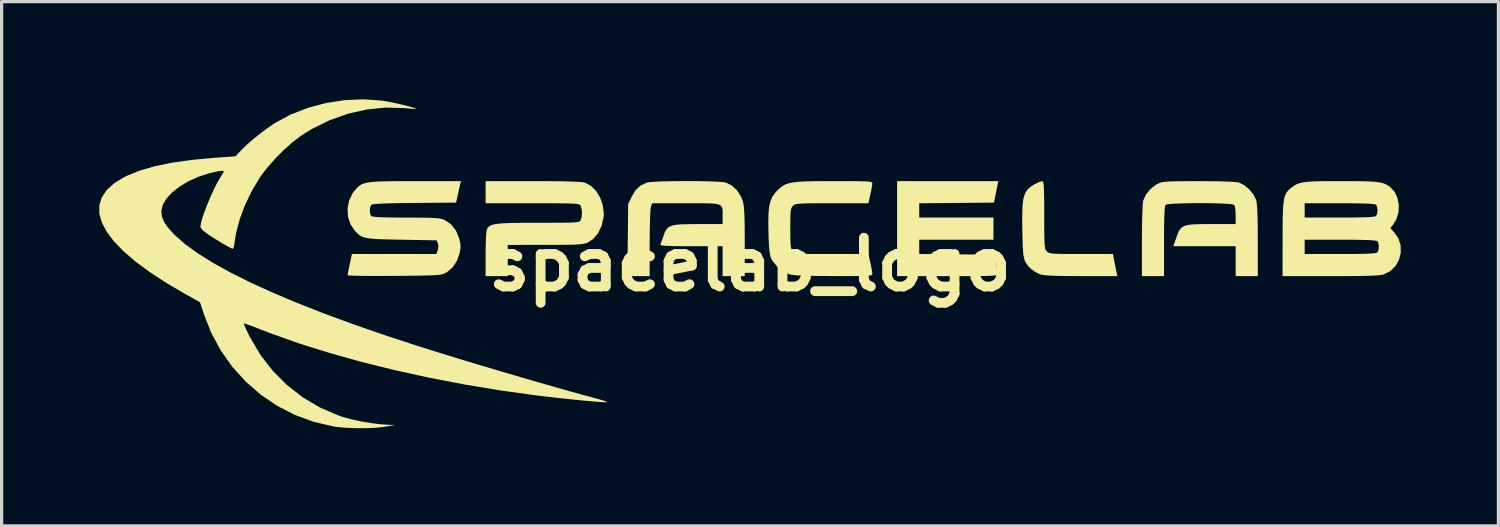
<source format=kicad_pcb>
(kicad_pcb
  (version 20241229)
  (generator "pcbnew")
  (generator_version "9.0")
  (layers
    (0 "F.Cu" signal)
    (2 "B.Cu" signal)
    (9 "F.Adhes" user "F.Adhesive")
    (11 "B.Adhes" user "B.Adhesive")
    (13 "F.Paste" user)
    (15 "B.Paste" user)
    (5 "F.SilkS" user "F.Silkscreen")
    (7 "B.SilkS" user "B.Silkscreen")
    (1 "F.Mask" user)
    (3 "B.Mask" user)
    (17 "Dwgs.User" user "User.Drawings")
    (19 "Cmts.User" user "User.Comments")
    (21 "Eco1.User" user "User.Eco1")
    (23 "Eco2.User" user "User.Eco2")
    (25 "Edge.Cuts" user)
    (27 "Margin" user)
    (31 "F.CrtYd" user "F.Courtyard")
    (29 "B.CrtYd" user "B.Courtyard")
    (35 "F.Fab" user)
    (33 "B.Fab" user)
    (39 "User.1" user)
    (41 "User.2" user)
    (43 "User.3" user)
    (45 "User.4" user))
  (footprint "spacelab_logo"
    (layer "F.Cu")
    (at 19.986 5.073)
    (property "Reference" "spacelab_logo" (at 0 0 0) (layer "F.SilkS") (effects (font (size 1.5 1.5) (thickness 0.3))))
    (attr board_only exclude_from_pos_files exclude_from_bom)
    (fp_poly (pts (xy 7.563 -2.23) (xy 7.497 -1.9) (xy 6.348 -1.889) (xy 5.2 -1.879) (xy 5.2 -1.659) (xy 5.2 -1.44) (xy 6.34 -1.44) (xy 7.48 -1.44) (xy 7.48 -1.1) (xy 7.48 -0.76) (xy 6.34 -0.76) (xy 5.2 -0.76) (xy 5.2 -0.541) (xy 5.2 -0.321) (xy 6.35 -0.311) (xy 7.499 -0.3) (xy 7.548 -0.04) (xy 7.573 0.105) (xy 7.591 0.226) (xy 7.598 0.29) (xy 7.594 0.308) (xy 7.577 0.322) (xy 7.539 0.334) (xy 7.473 0.343) (xy 7.372 0.349) (xy 7.227 0.354) (xy 7.033 0.357) (xy 6.78 0.359) (xy 6.463 0.36) (xy 6.073 0.36) (xy 6.06 0.36) (xy 4.52 0.36) (xy 4.52 -1.1) (xy 4.52 -2.56) (xy 6.074 -2.56) (xy 7.629 -2.56)) (stroke (width 0) (type solid)) (fill yes) (layer "F.SilkS"))
    (fp_poly (pts (xy 9.006 -2.542) (xy 9.018 -2.484) (xy 9.027 -2.38) (xy 9.034 -2.221) (xy 9.038 -2) (xy 9.04 -1.711) (xy 9.04 -1.52) (xy 9.04 -1.204) (xy 9.042 -0.958) (xy 9.045 -0.772) (xy 9.05 -0.637) (xy 9.059 -0.544) (xy 9.071 -0.481) (xy 9.089 -0.439) (xy 9.111 -0.409) (xy 9.12 -0.4) (xy 9.149 -0.375) (xy 9.187 -0.356) (xy 9.243 -0.342) (xy 9.328 -0.332) (xy 9.452 -0.326) (xy 9.624 -0.322) (xy 9.857 -0.32) (xy 10.158 -0.32) (xy 10.175 -0.32) (xy 11.15 -0.32) (xy 11.198 -0.07) (xy 11.227 0.077) (xy 11.253 0.204) (xy 11.267 0.27) (xy 11.289 0.36) (xy 10.174 0.358) (xy 9.813 0.357) (xy 9.523 0.353) (xy 9.298 0.346) (xy 9.128 0.337) (xy 9.006 0.324) (xy 8.924 0.307) (xy 8.905 0.301) (xy 8.769 0.234) (xy 8.643 0.143) (xy 8.632 0.133) (xy 8.552 0.054) (xy 8.492 -0.021) (xy 8.447 -0.104) (xy 8.415 -0.206) (xy 8.394 -0.341) (xy 8.381 -0.52) (xy 8.373 -0.755) (xy 8.367 -1.043) (xy 8.363 -1.372) (xy 8.366 -1.631) (xy 8.376 -1.833) (xy 8.395 -1.989) (xy 8.424 -2.109) (xy 8.464 -2.206) (xy 8.518 -2.289) (xy 8.527 -2.3) (xy 8.616 -2.382) (xy 8.742 -2.464) (xy 8.875 -2.529) (xy 8.982 -2.559) (xy 8.99 -2.559)) (stroke (width 0) (type solid)) (fill yes) (layer "F.SilkS"))
    (fp_poly (pts (xy -6.219 -2.559) (xy -5.842 -2.555) (xy -5.541 -2.548) (xy -5.313 -2.539) (xy -5.158 -2.528) (xy -5.074 -2.513) (xy -4.888 -2.418) (xy -4.728 -2.261) (xy -4.603 -2.057) (xy -4.52 -1.823) (xy -4.489 -1.575) (xy -4.496 -1.45) (xy -4.557 -1.185) (xy -4.667 -0.957) (xy -4.819 -0.779) (xy -4.976 -0.676) (xy -5.031 -0.654) (xy -5.094 -0.637) (xy -5.175 -0.624) (xy -5.285 -0.615) (xy -5.433 -0.608) (xy -5.629 -0.604) (xy -5.883 -0.602) (xy -6.205 -0.601) (xy -6.29 -0.601) (xy -7.44 -0.6) (xy -7.44 -0.12) (xy -7.44 0.36) (xy -7.78 0.36) (xy -8.12 0.36) (xy -8.12 -0.323) (xy -8.117 -0.587) (xy -8.11 -0.807) (xy -8.098 -0.971) (xy -8.083 -1.069) (xy -8.077 -1.086) (xy -8.044 -1.137) (xy -8 -1.178) (xy -7.937 -1.21) (xy -7.846 -1.235) (xy -7.72 -1.253) (xy -7.55 -1.266) (xy -7.328 -1.274) (xy -7.046 -1.278) (xy -6.697 -1.28) (xy -6.503 -1.28) (xy -6.152 -1.28) (xy -5.872 -1.281) (xy -5.656 -1.283) (xy -5.494 -1.287) (xy -5.378 -1.293) (xy -5.3 -1.302) (xy -5.25 -1.315) (xy -5.222 -1.331) (xy -5.205 -1.351) (xy -5.201 -1.357) (xy -5.173 -1.45) (xy -5.16 -1.571) (xy -5.16 -1.58) (xy -5.171 -1.701) (xy -5.199 -1.797) (xy -5.201 -1.803) (xy -5.215 -1.823) (xy -5.238 -1.839) (xy -5.278 -1.852) (xy -5.343 -1.862) (xy -5.441 -1.869) (xy -5.579 -1.874) (xy -5.766 -1.877) (xy -6.01 -1.879) (xy -6.318 -1.88) (xy -6.681 -1.88) (xy -8.12 -1.88) (xy -8.12 -2.22) (xy -8.12 -2.56) (xy -6.675 -2.56)) (stroke (width 0) (type solid)) (fill yes) (layer "F.SilkS"))
    (fp_poly (pts (xy -1.651 -2.559) (xy -1.384 -2.555) (xy -1.145 -2.548) (xy -0.947 -2.539) (xy -0.803 -2.526) (xy -0.74 -2.515) (xy -0.564 -2.429) (xy -0.405 -2.283) (xy -0.279 -2.095) (xy -0.222 -1.953) (xy -0.202 -1.868) (xy -0.186 -1.76) (xy -0.175 -1.616) (xy -0.167 -1.429) (xy -0.162 -1.186) (xy -0.16 -0.879) (xy -0.16 -0.693) (xy -0.16 0.36) (xy -0.5 0.36) (xy -0.84 0.36) (xy -0.84 -0.1) (xy -0.84 -0.56) (xy -1.804 -0.56) (xy -2.118 -0.561) (xy -2.36 -0.564) (xy -2.537 -0.569) (xy -2.656 -0.577) (xy -2.724 -0.588) (xy -2.751 -0.603) (xy -2.751 -0.61) (xy -2.728 -0.673) (xy -2.689 -0.784) (xy -2.656 -0.877) (xy -2.612 -0.992) (xy -2.564 -1.08) (xy -2.5 -1.144) (xy -2.411 -1.189) (xy -2.285 -1.217) (xy -2.112 -1.232) (xy -1.879 -1.238) (xy -1.59 -1.24) (xy -0.84 -1.24) (xy -0.84 -1.483) (xy -0.839 -1.599) (xy -0.842 -1.69) (xy -0.858 -1.76) (xy -0.896 -1.809) (xy -0.963 -1.843) (xy -1.069 -1.864) (xy -1.223 -1.875) (xy -1.432 -1.88) (xy -1.706 -1.88) (xy -1.962 -1.88) (xy -3.002 -1.88) (xy -3.041 -1.777) (xy -3.052 -1.71) (xy -3.061 -1.574) (xy -3.069 -1.382) (xy -3.076 -1.145) (xy -3.079 -0.876) (xy -3.08 -0.657) (xy -3.08 0.36) (xy -3.423 0.36) (xy -3.767 0.36) (xy -3.753 -0.75) (xy -3.74 -1.86) (xy -3.628 -2.089) (xy -3.512 -2.281) (xy -3.374 -2.413) (xy -3.194 -2.503) (xy -3.164 -2.514) (xy -3.08 -2.528) (xy -2.929 -2.54) (xy -2.726 -2.549) (xy -2.483 -2.556) (xy -2.214 -2.559) (xy -1.932 -2.561)) (stroke (width 0) (type solid)) (fill yes) (layer "F.SilkS"))
    (fp_poly (pts (xy 14.132 -2.557) (xy 14.437 -2.553) (xy 14.688 -2.545) (xy 14.877 -2.534) (xy 14.997 -2.521) (xy 15.02 -2.516) (xy 15.177 -2.44) (xy 15.333 -2.31) (xy 15.464 -2.151) (xy 15.548 -1.984) (xy 15.551 -1.974) (xy 15.569 -1.874) (xy 15.582 -1.705) (xy 15.592 -1.464) (xy 15.598 -1.148) (xy 15.6 -0.755) (xy 15.6 -0.725) (xy 15.6 0.36) (xy 15.26 0.36) (xy 14.92 0.36) (xy 14.92 -0.1) (xy 14.92 -0.56) (xy 13.963 -0.56) (xy 13.005 -0.56) (xy 13.084 -0.79) (xy 13.135 -0.933) (xy 13.185 -1.041) (xy 13.246 -1.121) (xy 13.328 -1.176) (xy 13.442 -1.211) (xy 13.6 -1.23) (xy 13.813 -1.238) (xy 14.092 -1.24) (xy 14.177 -1.24) (xy 14.92 -1.24) (xy 14.92 -1.512) (xy 14.913 -1.667) (xy 14.894 -1.783) (xy 14.872 -1.832) (xy 14.817 -1.848) (xy 14.696 -1.861) (xy 14.521 -1.871) (xy 14.307 -1.878) (xy 14.066 -1.882) (xy 13.812 -1.883) (xy 13.559 -1.882) (xy 13.319 -1.877) (xy 13.107 -1.87) (xy 12.935 -1.86) (xy 12.817 -1.847) (xy 12.768 -1.832) (xy 12.752 -1.791) (xy 12.74 -1.699) (xy 12.731 -1.549) (xy 12.725 -1.337) (xy 12.721 -1.057) (xy 12.72 -0.712) (xy 12.72 0.36) (xy 12.38 0.36) (xy 12.04 0.36) (xy 12.04 -0.73) (xy 12.042 -1.055) (xy 12.046 -1.346) (xy 12.054 -1.595) (xy 12.063 -1.791) (xy 12.074 -1.923) (xy 12.082 -1.971) (xy 12.167 -2.151) (xy 12.306 -2.32) (xy 12.477 -2.453) (xy 12.54 -2.485) (xy 12.596 -2.507) (xy 12.662 -2.525) (xy 12.748 -2.538) (xy 12.865 -2.547) (xy 13.022 -2.553) (xy 13.231 -2.557) (xy 13.5 -2.558) (xy 13.78 -2.559)) (stroke (width 0) (type solid)) (fill yes) (layer "F.SilkS"))
    (fp_poly (pts (xy 2.925 -2.56) (xy 3.191 -2.559) (xy 3.394 -2.556) (xy 3.542 -2.552) (xy 3.644 -2.545) (xy 3.708 -2.535) (xy 3.743 -2.522) (xy 3.757 -2.505) (xy 3.759 -2.49) (xy 3.752 -2.421) (xy 3.732 -2.305) (xy 3.695 -2.132) (xy 3.659 -1.97) (xy 3.638 -1.88) (xy 2.519 -1.88) (xy 2.19 -1.88) (xy 1.931 -1.879) (xy 1.734 -1.876) (xy 1.589 -1.871) (xy 1.486 -1.863) (xy 1.416 -1.852) (xy 1.37 -1.837) (xy 1.339 -1.817) (xy 1.32 -1.8) (xy 1.289 -1.763) (xy 1.268 -1.715) (xy 1.253 -1.643) (xy 1.245 -1.532) (xy 1.241 -1.37) (xy 1.24 -1.144) (xy 1.24 -1.1) (xy 1.241 -0.862) (xy 1.244 -0.691) (xy 1.252 -0.573) (xy 1.265 -0.495) (xy 1.285 -0.444) (xy 1.314 -0.406) (xy 1.32 -0.4) (xy 1.347 -0.376) (xy 1.382 -0.358) (xy 1.434 -0.344) (xy 1.513 -0.334) (xy 1.628 -0.327) (xy 1.788 -0.323) (xy 2.003 -0.321) (xy 2.282 -0.32) (xy 2.519 -0.32) (xy 3.638 -0.32) (xy 3.659 -0.23) (xy 3.708 -0.009) (xy 3.739 0.146) (xy 3.756 0.246) (xy 3.759 0.29) (xy 3.755 0.31) (xy 3.736 0.326) (xy 3.693 0.338) (xy 3.619 0.346) (xy 3.505 0.352) (xy 3.343 0.356) (xy 3.124 0.357) (xy 2.84 0.358) (xy 2.57 0.357) (xy 2.195 0.355) (xy 1.893 0.351) (xy 1.654 0.345) (xy 1.47 0.336) (xy 1.334 0.324) (xy 1.237 0.308) (xy 1.197 0.298) (xy 1.01 0.207) (xy 0.833 0.062) (xy 0.693 -0.111) (xy 0.647 -0.197) (xy 0.62 -0.283) (xy 0.599 -0.41) (xy 0.584 -0.589) (xy 0.573 -0.83) (xy 0.568 -1.006) (xy 0.564 -1.328) (xy 0.571 -1.584) (xy 0.592 -1.785) (xy 0.63 -1.944) (xy 0.686 -2.075) (xy 0.765 -2.189) (xy 0.844 -2.275) (xy 0.924 -2.35) (xy 1.003 -2.41) (xy 1.091 -2.458) (xy 1.198 -2.495) (xy 1.332 -2.521) (xy 1.503 -2.539) (xy 1.72 -2.551) (xy 1.993 -2.557) (xy 2.331 -2.56) (xy 2.587 -2.56)) (stroke (width 0) (type solid)) (fill yes) (layer "F.SilkS"))
    (fp_poly (pts (xy -8.899 -2.47) (xy -8.919 -2.383) (xy -8.949 -2.25) (xy -8.973 -2.14) (xy -9.026 -1.9) (xy -10.3 -1.889) (xy -10.716 -1.885) (xy -11.052 -1.878) (xy -11.311 -1.869) (xy -11.493 -1.858) (xy -11.598 -1.844) (xy -11.627 -1.835) (xy -11.667 -1.759) (xy -11.678 -1.648) (xy -11.661 -1.54) (xy -11.632 -1.488) (xy -11.59 -1.472) (xy -11.495 -1.459) (xy -11.342 -1.45) (xy -11.125 -1.444) (xy -10.839 -1.44) (xy -10.562 -1.439) (xy -10.243 -1.438) (xy -9.993 -1.436) (xy -9.802 -1.432) (xy -9.659 -1.424) (xy -9.553 -1.414) (xy -9.475 -1.399) (xy -9.412 -1.379) (xy -9.378 -1.365) (xy -9.179 -1.232) (xy -9.028 -1.037) (xy -8.934 -0.807) (xy -8.897 -0.651) (xy -8.889 -0.522) (xy -8.911 -0.374) (xy -8.914 -0.36) (xy -8.998 -0.114) (xy -9.133 0.091) (xy -9.309 0.239) (xy -9.34 0.256) (xy -9.386 0.279) (xy -9.435 0.296) (xy -9.497 0.311) (xy -9.581 0.322) (xy -9.694 0.33) (xy -9.846 0.337) (xy -10.045 0.342) (xy -10.299 0.346) (xy -10.618 0.349) (xy -10.93 0.351) (xy -11.259 0.353) (xy -11.562 0.353) (xy -11.829 0.352) (xy -12.051 0.349) (xy -12.219 0.344) (xy -12.325 0.339) (xy -12.36 0.332) (xy -12.352 0.281) (xy -12.331 0.173) (xy -12.301 0.029) (xy -12.293 -0.009) (xy -12.226 -0.32) (xy -10.932 -0.32) (xy -9.638 -0.32) (xy -9.592 -0.422) (xy -9.568 -0.562) (xy -9.584 -0.632) (xy -9.622 -0.74) (xy -10.701 -0.76) (xy -11.042 -0.767) (xy -11.313 -0.774) (xy -11.525 -0.784) (xy -11.687 -0.799) (xy -11.809 -0.82) (xy -11.903 -0.849) (xy -11.977 -0.889) (xy -12.042 -0.94) (xy -12.108 -1.006) (xy -12.128 -1.026) (xy -12.268 -1.229) (xy -12.346 -1.464) (xy -12.361 -1.715) (xy -12.313 -1.962) (xy -12.203 -2.19) (xy -12.154 -2.255) (xy -12.09 -2.331) (xy -12.028 -2.392) (xy -11.962 -2.442) (xy -11.881 -2.48) (xy -11.778 -2.509) (xy -11.643 -2.53) (xy -11.47 -2.544) (xy -11.249 -2.552) (xy -10.971 -2.557) (xy -10.63 -2.559) (xy -10.289 -2.559) (xy -8.878 -2.56)) (stroke (width 0) (type solid)) (fill yes) (layer "F.SilkS"))
    (fp_poly (pts (xy 18.514 -2.559) (xy 18.799 -2.556) (xy 19.023 -2.55) (xy 19.198 -2.539) (xy 19.332 -2.522) (xy 19.437 -2.498) (xy 19.522 -2.467) (xy 19.597 -2.426) (xy 19.651 -2.391) (xy 19.793 -2.245) (xy 19.887 -2.054) (xy 19.931 -1.836) (xy 19.922 -1.609) (xy 19.859 -1.393) (xy 19.773 -1.248) (xy 19.671 -1.113) (xy 19.79 -0.987) (xy 19.922 -0.794) (xy 19.988 -0.579) (xy 19.991 -0.357) (xy 19.937 -0.142) (xy 19.828 0.05) (xy 19.669 0.205) (xy 19.463 0.308) (xy 19.453 0.311) (xy 19.372 0.326) (xy 19.234 0.338) (xy 19.035 0.347) (xy 18.77 0.354) (xy 18.436 0.358) (xy 18.027 0.36) (xy 17.825 0.36) (xy 16.36 0.36) (xy 16.361 -0.76) (xy 17.04 -0.76) (xy 17.04 -0.54) (xy 17.04 -0.32) (xy 18.132 -0.32) (xy 18.488 -0.321) (xy 18.77 -0.325) (xy 18.983 -0.331) (xy 19.134 -0.34) (xy 19.228 -0.352) (xy 19.271 -0.367) (xy 19.272 -0.368) (xy 19.31 -0.45) (xy 19.318 -0.566) (xy 19.297 -0.672) (xy 19.272 -0.712) (xy 19.231 -0.728) (xy 19.14 -0.74) (xy 18.991 -0.749) (xy 18.781 -0.755) (xy 18.502 -0.759) (xy 18.15 -0.76) (xy 18.132 -0.76) (xy 17.04 -0.76) (xy 16.361 -0.76) (xy 16.361 -0.79) (xy 16.362 -1.16) (xy 16.366 -1.458) (xy 16.374 -1.696) (xy 16.388 -1.88) (xy 17.04 -1.88) (xy 17.04 -1.66) (xy 17.04 -1.44) (xy 18.112 -1.44) (xy 18.465 -1.441) (xy 18.743 -1.445) (xy 18.954 -1.451) (xy 19.102 -1.46) (xy 19.192 -1.473) (xy 19.232 -1.488) (xy 19.27 -1.57) (xy 19.278 -1.686) (xy 19.257 -1.792) (xy 19.232 -1.832) (xy 19.191 -1.848) (xy 19.099 -1.86) (xy 18.949 -1.869) (xy 18.737 -1.875) (xy 18.457 -1.879) (xy 18.112 -1.88) (xy 17.04 -1.88) (xy 16.388 -1.88) (xy 16.388 -1.88) (xy 16.41 -2.022) (xy 16.441 -2.13) (xy 16.484 -2.212) (xy 16.538 -2.279) (xy 16.608 -2.34) (xy 16.646 -2.369) (xy 16.722 -2.423) (xy 16.799 -2.465) (xy 16.886 -2.498) (xy 16.993 -2.522) (xy 17.13 -2.539) (xy 17.307 -2.55) (xy 17.535 -2.557) (xy 17.823 -2.559) (xy 18.16 -2.56)) (stroke (width 0) (type solid)) (fill yes) (layer "F.SilkS"))
    (fp_poly (pts (xy -11.32 -5.034) (xy -11.26 -5.025) (xy -11.107 -4.999) (xy -10.931 -4.963) (xy -10.748 -4.923) (xy -10.572 -4.881) (xy -10.42 -4.841) (xy -10.308 -4.808) (xy -10.251 -4.785) (xy -10.248 -4.779) (xy -10.29 -4.778) (xy -10.394 -4.784) (xy -10.542 -4.795) (xy -10.64 -4.804) (xy -11.205 -4.818) (xy -11.78 -4.758) (xy -12.353 -4.628) (xy -12.912 -4.43) (xy -13.446 -4.167) (xy -13.79 -3.953) (xy -14.058 -3.748) (xy -14.341 -3.494) (xy -14.617 -3.213) (xy -14.865 -2.927) (xy -15.051 -2.676) (xy -15.297 -2.264) (xy -15.506 -1.832) (xy -15.67 -1.398) (xy -15.781 -0.979) (xy -15.823 -0.724) (xy -15.842 -0.596) (xy -15.865 -0.508) (xy -15.883 -0.48) (xy -15.936 -0.5) (xy -16.041 -0.555) (xy -16.181 -0.635) (xy -16.341 -0.731) (xy -16.506 -0.834) (xy -16.65 -0.928) (xy -16.796 -1.039) (xy -16.87 -1.127) (xy -16.88 -1.166) (xy -16.862 -1.28) (xy -16.814 -1.448) (xy -16.742 -1.655) (xy -16.652 -1.884) (xy -16.552 -2.119) (xy -16.448 -2.344) (xy -16.346 -2.542) (xy -16.254 -2.698) (xy -16.235 -2.726) (xy -16.183 -2.806) (xy -16.16 -2.855) (xy -16.16 -2.856) (xy -16.19 -2.877) (xy -16.284 -2.873) (xy -16.445 -2.841) (xy -16.617 -2.798) (xy -16.948 -2.691) (xy -17.253 -2.553) (xy -17.523 -2.39) (xy -17.75 -2.211) (xy -17.924 -2.022) (xy -18.037 -1.829) (xy -18.08 -1.64) (xy -18.08 -1.628) (xy -18.061 -1.469) (xy -18 -1.314) (xy -17.889 -1.147) (xy -17.719 -0.956) (xy -17.662 -0.898) (xy -17.356 -0.628) (xy -16.972 -0.349) (xy -16.512 -0.06) (xy -15.978 0.237) (xy -15.371 0.541) (xy -14.693 0.851) (xy -13.945 1.168) (xy -13.129 1.489) (xy -12.246 1.815) (xy -11.299 2.145) (xy -10.289 2.477) (xy -10.18 2.512) (xy -9.743 2.65) (xy -9.258 2.8) (xy -8.737 2.959) (xy -8.192 3.123) (xy -7.636 3.288) (xy -7.081 3.451) (xy -6.539 3.609) (xy -6.023 3.757) (xy -5.544 3.893) (xy -5.115 4.011) (xy -4.749 4.11) (xy -4.703 4.122) (xy -4.554 4.164) (xy -4.446 4.199) (xy -4.392 4.224) (xy -4.392 4.231) (xy -4.45 4.233) (xy -4.578 4.227) (xy -4.763 4.213) (xy -4.997 4.192) (xy -5.267 4.167) (xy -5.565 4.136) (xy -5.878 4.103) (xy -6.197 4.066) (xy -6.51 4.029) (xy -6.62 4.015) (xy -7.711 3.863) (xy -8.798 3.682) (xy -9.872 3.475) (xy -10.921 3.244) (xy -11.937 2.992) (xy -12.908 2.721) (xy -13.825 2.434) (xy -14.677 2.133) (xy -15.034 1.995) (xy -15.218 1.923) (xy -15.373 1.865) (xy -15.486 1.827) (xy -15.543 1.813) (xy -15.547 1.814) (xy -15.536 1.854) (xy -15.495 1.95) (xy -15.431 2.088) (xy -15.352 2.245) (xy -15.035 2.781) (xy -14.657 3.267) (xy -14.225 3.701) (xy -13.744 4.076) (xy -13.219 4.389) (xy -12.656 4.633) (xy -12.519 4.68) (xy -12.258 4.753) (xy -11.953 4.82) (xy -11.633 4.874) (xy -11.332 4.911) (xy -11.115 4.925) (xy -10.9 4.93) (xy -11.2 4.983) (xy -11.448 5.013) (xy -11.747 5.029) (xy -12.071 5.03) (xy -12.391 5.018) (xy -12.68 4.992) (xy -12.796 4.976) (xy -13.402 4.834) (xy -13.98 4.621) (xy -14.524 4.341) (xy -15.029 3.998) (xy -15.49 3.597) (xy -15.901 3.143) (xy -16.256 2.641) (xy -16.55 2.096) (xy -16.765 1.55) (xy -16.893 1.16) (xy -17.337 0.913) (xy -17.919 0.573) (xy -18.431 0.239) (xy -18.872 -0.087) (xy -19.241 -0.404) (xy -19.537 -0.711) (xy -19.76 -1.007) (xy -19.909 -1.29) (xy -19.985 -1.561) (xy -19.986 -1.817) (xy -19.911 -2.058) (xy -19.761 -2.282) (xy -19.535 -2.489) (xy -19.232 -2.677) (xy -19.126 -2.73) (xy -18.741 -2.884) (xy -18.287 -3.015) (xy -17.763 -3.124) (xy -17.165 -3.209) (xy -16.493 -3.273) (xy -16.411 -3.279) (xy -15.801 -3.322) (xy -15.611 -3.526) (xy -15.46 -3.673) (xy -15.262 -3.845) (xy -15.038 -4.024) (xy -14.811 -4.194) (xy -14.6 -4.337) (xy -14.58 -4.35) (xy -14.101 -4.607) (xy -13.575 -4.811) (xy -13.019 -4.959) (xy -12.447 -5.047) (xy -11.875 -5.073)) (stroke (width 0) (type solid)) (fill yes) (layer "F.SilkS")))
  (gr_rect
    (start -3 -3)
    (end 42.977 13.104)
    (stroke (width 0.1) (type default))
    (fill no)
    (layer "Edge.Cuts")))
</source>
